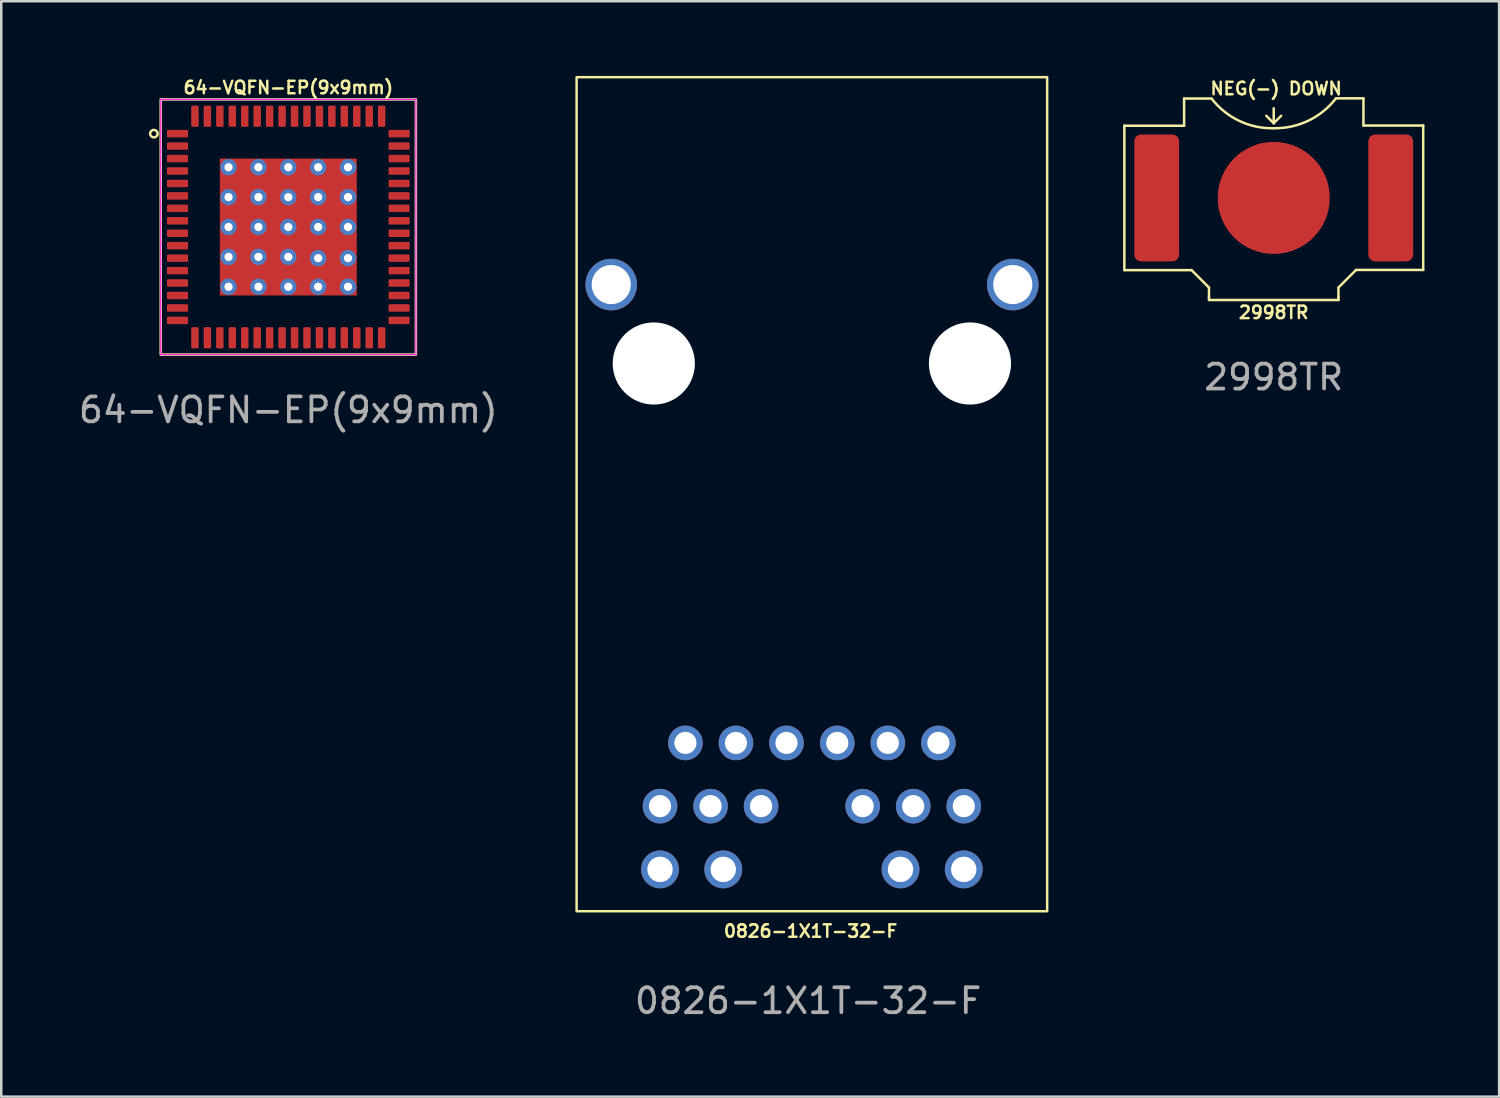
<source format=kicad_pcb>
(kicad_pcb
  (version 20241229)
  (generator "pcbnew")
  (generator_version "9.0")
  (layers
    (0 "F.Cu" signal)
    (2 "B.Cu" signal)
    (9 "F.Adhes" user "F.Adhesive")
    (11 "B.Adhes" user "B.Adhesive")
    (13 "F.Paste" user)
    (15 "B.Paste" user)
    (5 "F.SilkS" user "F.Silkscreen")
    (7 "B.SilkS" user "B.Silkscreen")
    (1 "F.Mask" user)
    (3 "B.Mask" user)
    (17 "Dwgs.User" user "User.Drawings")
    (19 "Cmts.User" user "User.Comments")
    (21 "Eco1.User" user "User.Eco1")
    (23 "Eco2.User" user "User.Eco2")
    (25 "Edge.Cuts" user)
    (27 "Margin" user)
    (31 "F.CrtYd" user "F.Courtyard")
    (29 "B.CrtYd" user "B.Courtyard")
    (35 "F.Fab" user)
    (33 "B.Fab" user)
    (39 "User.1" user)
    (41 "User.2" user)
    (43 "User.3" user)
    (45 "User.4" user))
  (footprint "2998TR"
    (layer "F.Cu")
    (at 48.11 4.9)
    (property "Reference" "2998TR" (at 0 4.6 0) (unlocked yes) (layer "F.SilkS") (effects (font (size 0.5 0.5) (thickness 0.1))))
    (attr smd)
    (fp_line (start -6 -2.9) (end -6 2.9) (stroke (width 0.1) (type default)) (layer "F.SilkS"))
    (fp_line (start -6 2.9) (end -3.3 2.9) (stroke (width 0.1) (type default)) (layer "F.SilkS"))
    (fp_line (start -3.6 -3.992) (end -3.6 -2.9) (stroke (width 0.1) (type default)) (layer "F.SilkS"))
    (fp_line (start -3.6 -2.9) (end -6 -2.9) (stroke (width 0.1) (type default)) (layer "F.SilkS"))
    (fp_line (start -3.3 2.9) (end -2.6 3.6) (stroke (width 0.1) (type default)) (layer "F.SilkS"))
    (fp_line (start -2.6 3.6) (end -2.6 4) (stroke (width 0.1) (type default)) (layer "F.SilkS"))
    (fp_line (start -2.6 4) (end -2.6 4.1) (stroke (width 0.1) (type default)) (layer "F.SilkS"))
    (fp_line (start -2.6 4.1) (end 2.6 4.1) (stroke (width 0.1) (type default)) (layer "F.SilkS"))
    (fp_line (start -2.496 -3.992) (end -3.6 -3.992) (stroke (width 0.1) (type default)) (layer "F.SilkS"))
    (fp_line (start 0 -3.6) (end 0 -3) (stroke (width 0.1) (type default)) (layer "F.SilkS"))
    (fp_line (start 0 -3) (end -0.3 -3.3) (stroke (width 0.1) (type default)) (layer "F.SilkS"))
    (fp_line (start 0 -3) (end 0.3 -3.3) (stroke (width 0.1) (type default)) (layer "F.SilkS"))
    (fp_line (start 2.5 -4) (end 3.604 -4) (stroke (width 0.1) (type default)) (layer "F.SilkS"))
    (fp_line (start 2.6 3.6) (end 2.6 4) (stroke (width 0.1) (type default)) (layer "F.SilkS"))
    (fp_line (start 2.6 4.1) (end 2.6 4) (stroke (width 0.1) (type default)) (layer "F.SilkS"))
    (fp_line (start 3.3 2.9) (end 2.6 3.6) (stroke (width 0.1) (type default)) (layer "F.SilkS"))
    (fp_line (start 3.604 -4) (end 3.604 -2.908) (stroke (width 0.1) (type default)) (layer "F.SilkS"))
    (fp_line (start 3.604 -2.908) (end 6.004 -2.908) (stroke (width 0.1) (type default)) (layer "F.SilkS"))
    (fp_line (start 6.004 -2.908) (end 6.004 2.892) (stroke (width 0.1) (type default)) (layer "F.SilkS"))
    (fp_line (start 6.004 2.892) (end 3.3 2.892) (stroke (width 0.1) (type default)) (layer "F.SilkS"))
    (fp_arc (start 0.024404 -2.800002) (mid -1.379572 -3.092258) (end -2.496226 -3.992062) (stroke (width 0.1) (type default)) (layer "F.SilkS"))
    (fp_arc (start 2.5 -4) (mid 1.403774 -3.107938) (end 0.024404 -2.800001) (stroke (width 0.1) (type default)) (layer "F.SilkS"))
    (fp_text user "NEG(-) DOWN" (at -2.6 -4.1 0) (unlocked yes) (layer "F.SilkS") (effects (font (size 0.5 0.5) (thickness 0.1)) (justify left bottom)))
    (fp_text user "${REFERENCE}" (at 0 7.2 0) (unlocked yes) (layer "F.Fab") (effects (font (size 1 1) (thickness 0.15))))
    (pad "1" smd roundrect (at -4.7 0) (size 1.8 5.1) (layers "F.Cu" "F.Mask" "F.Paste") (roundrect_rratio 0.15) (padstack (mode custom) (layer "B.Cu" (shape roundrect) (size 1.8 5.1) (roundrect_rratio 0.15))))
    (pad "1" smd roundrect (at 4.7 0) (size 1.8 5.1) (layers "F.Cu" "F.Mask" "F.Paste") (roundrect_rratio 0.15) (padstack (mode custom) (layer "B.Cu" (shape roundrect) (size 1.8 5.1) (roundrect_rratio 0.15))))
    (pad "2" smd circle (at 0 0) (size 4.5 4.5) (layers "F.Cu" "F.Mask") (padstack (mode custom) (layer "B.Cu" (shape roundrect) (size 1.8 5.1) (roundrect_rratio 0.15)))))
  (footprint "64-VQFN-EP(9x9mm)"
    (layer "F.Cu")
    (at 8.53 6.068)
    (property "Reference" "64-VQFN-EP(9x9mm)" (at 0 -5.6 0) (unlocked yes) (layer "F.SilkS") (effects (font (size 0.5 0.5) (thickness 0.1))))
    (attr smd)
    (fp_rect (start -5.125 -5.125) (end 5.125 5.125) (stroke (width 0.1) (type solid)) (fill no) (layer "F.SilkS"))
    (fp_circle (center -5.4 -3.75) (end -5.25 -3.75) (stroke (width 0.1) (type default)) (fill no) (layer "F.SilkS"))
    (fp_rect (start -5.125 -5.125) (end 5.125 5.125) (stroke (width 0.05) (type default)) (fill no) (layer "F.CrtYd"))
    (fp_text user "${REFERENCE}" (at 0 7.35 0) (unlocked yes) (layer "F.Fab") (effects (font (size 1 1) (thickness 0.15))))
    (pad "1" smd roundrect (at -4.45 -3.75) (size 0.85 0.3) (layers "F.Cu" "F.Mask" "F.Paste") (roundrect_rratio 0.15))
    (pad "2" smd roundrect (at -4.45 -3.25) (size 0.85 0.3) (layers "F.Cu" "F.Mask" "F.Paste") (roundrect_rratio 0.15))
    (pad "3" smd roundrect (at -4.45 -2.75) (size 0.85 0.3) (layers "F.Cu" "F.Mask" "F.Paste") (roundrect_rratio 0.15))
    (pad "4" smd roundrect (at -4.45 -2.25) (size 0.85 0.3) (layers "F.Cu" "F.Mask" "F.Paste") (roundrect_rratio 0.15))
    (pad "5" smd roundrect (at -4.45 -1.75) (size 0.85 0.3) (layers "F.Cu" "F.Mask" "F.Paste") (roundrect_rratio 0.15))
    (pad "6" smd roundrect (at -4.45 -1.25) (size 0.85 0.3) (layers "F.Cu" "F.Mask" "F.Paste") (roundrect_rratio 0.15))
    (pad "7" smd roundrect (at -4.45 -0.75) (size 0.85 0.3) (layers "F.Cu" "F.Mask" "F.Paste") (roundrect_rratio 0.15))
    (pad "8" smd roundrect (at -4.45 -0.25) (size 0.85 0.3) (layers "F.Cu" "F.Mask" "F.Paste") (roundrect_rratio 0.15))
    (pad "9" smd roundrect (at -4.45 0.25) (size 0.85 0.3) (layers "F.Cu" "F.Mask" "F.Paste") (roundrect_rratio 0.15))
    (pad "10" smd roundrect (at -4.45 0.75) (size 0.85 0.3) (layers "F.Cu" "F.Mask" "F.Paste") (roundrect_rratio 0.15))
    (pad "11" smd roundrect (at -4.45 1.25) (size 0.85 0.3) (layers "F.Cu" "F.Mask" "F.Paste") (roundrect_rratio 0.15))
    (pad "12" smd roundrect (at -4.45 1.75) (size 0.85 0.3) (layers "F.Cu" "F.Mask" "F.Paste") (roundrect_rratio 0.15))
    (pad "13" smd roundrect (at -4.45 2.25) (size 0.85 0.3) (layers "F.Cu" "F.Mask" "F.Paste") (roundrect_rratio 0.15))
    (pad "14" smd roundrect (at -4.45 2.75) (size 0.85 0.3) (layers "F.Cu" "F.Mask" "F.Paste") (roundrect_rratio 0.15))
    (pad "15" smd roundrect (at -4.45 3.25) (size 0.85 0.3) (layers "F.Cu" "F.Mask" "F.Paste") (roundrect_rratio 0.15))
    (pad "16" smd roundrect (at -4.45 3.75) (size 0.85 0.3) (layers "F.Cu" "F.Mask" "F.Paste") (roundrect_rratio 0.15))
    (pad "17" smd roundrect (at -3.75 4.45 90) (size 0.85 0.3) (layers "F.Cu" "F.Mask" "F.Paste") (roundrect_rratio 0.15))
    (pad "18" smd roundrect (at -3.25 4.45 90) (size 0.85 0.3) (layers "F.Cu" "F.Mask" "F.Paste") (roundrect_rratio 0.15))
    (pad "19" smd roundrect (at -2.75 4.45 90) (size 0.85 0.3) (layers "F.Cu" "F.Mask" "F.Paste") (roundrect_rratio 0.15))
    (pad "20" smd roundrect (at -2.25 4.45 90) (size 0.85 0.3) (layers "F.Cu" "F.Mask" "F.Paste") (roundrect_rratio 0.15))
    (pad "21" smd roundrect (at -1.75 4.45 90) (size 0.85 0.3) (layers "F.Cu" "F.Mask" "F.Paste") (roundrect_rratio 0.15))
    (pad "22" smd roundrect (at -1.25 4.45 90) (size 0.85 0.3) (layers "F.Cu" "F.Mask" "F.Paste") (roundrect_rratio 0.15))
    (pad "23" smd roundrect (at -0.75 4.45 90) (size 0.85 0.3) (layers "F.Cu" "F.Mask" "F.Paste") (roundrect_rratio 0.15))
    (pad "24" smd roundrect (at -0.25 4.45 90) (size 0.85 0.3) (layers "F.Cu" "F.Mask" "F.Paste") (roundrect_rratio 0.15))
    (pad "25" smd roundrect (at 0.25 4.45 90) (size 0.85 0.3) (layers "F.Cu" "F.Mask" "F.Paste") (roundrect_rratio 0.15))
    (pad "26" smd roundrect (at 0.75 4.45 90) (size 0.85 0.3) (layers "F.Cu" "F.Mask" "F.Paste") (roundrect_rratio 0.15))
    (pad "27" smd roundrect (at 1.25 4.45 90) (size 0.85 0.3) (layers "F.Cu" "F.Mask" "F.Paste") (roundrect_rratio 0.15))
    (pad "28" smd roundrect (at 1.75 4.45 90) (size 0.85 0.3) (layers "F.Cu" "F.Mask" "F.Paste") (roundrect_rratio 0.15))
    (pad "29" smd roundrect (at 2.25 4.45 90) (size 0.85 0.3) (layers "F.Cu" "F.Mask" "F.Paste") (roundrect_rratio 0.15))
    (pad "30" smd roundrect (at 2.75 4.45 90) (size 0.85 0.3) (layers "F.Cu" "F.Mask" "F.Paste") (roundrect_rratio 0.15))
    (pad "31" smd roundrect (at 3.25 4.45 90) (size 0.85 0.3) (layers "F.Cu" "F.Mask" "F.Paste") (roundrect_rratio 0.15))
    (pad "32" smd roundrect (at 3.75 4.45 90) (size 0.85 0.3) (layers "F.Cu" "F.Mask" "F.Paste") (roundrect_rratio 0.15))
    (pad "33" smd roundrect (at 4.45 3.75 180) (size 0.85 0.3) (layers "F.Cu" "F.Mask" "F.Paste") (roundrect_rratio 0.15))
    (pad "34" smd roundrect (at 4.45 3.25 180) (size 0.85 0.3) (layers "F.Cu" "F.Mask" "F.Paste") (roundrect_rratio 0.15))
    (pad "35" smd roundrect (at 4.45 2.75 180) (size 0.85 0.3) (layers "F.Cu" "F.Mask" "F.Paste") (roundrect_rratio 0.15))
    (pad "36" smd roundrect (at 4.45 2.25 180) (size 0.85 0.3) (layers "F.Cu" "F.Mask" "F.Paste") (roundrect_rratio 0.15))
    (pad "37" smd roundrect (at 4.45 1.75 180) (size 0.85 0.3) (layers "F.Cu" "F.Mask" "F.Paste") (roundrect_rratio 0.15))
    (pad "38" smd roundrect (at 4.45 1.25 180) (size 0.85 0.3) (layers "F.Cu" "F.Mask" "F.Paste") (roundrect_rratio 0.15))
    (pad "39" smd roundrect (at 4.45 0.75 180) (size 0.85 0.3) (layers "F.Cu" "F.Mask" "F.Paste") (roundrect_rratio 0.15))
    (pad "40" smd roundrect (at 4.45 0.25 180) (size 0.85 0.3) (layers "F.Cu" "F.Mask" "F.Paste") (roundrect_rratio 0.15))
    (pad "41" smd roundrect (at 4.45 -0.25 180) (size 0.85 0.3) (layers "F.Cu" "F.Mask" "F.Paste") (roundrect_rratio 0.15))
    (pad "42" smd roundrect (at 4.45 -0.75 180) (size 0.85 0.3) (layers "F.Cu" "F.Mask" "F.Paste") (roundrect_rratio 0.15))
    (pad "43" smd roundrect (at 4.45 -1.25 180) (size 0.85 0.3) (layers "F.Cu" "F.Mask" "F.Paste") (roundrect_rratio 0.15))
    (pad "44" smd roundrect (at 4.45 -1.75 180) (size 0.85 0.3) (layers "F.Cu" "F.Mask" "F.Paste") (roundrect_rratio 0.15))
    (pad "45" smd roundrect (at 4.45 -2.25 180) (size 0.85 0.3) (layers "F.Cu" "F.Mask" "F.Paste") (roundrect_rratio 0.15))
    (pad "46" smd roundrect (at 4.45 -2.75 180) (size 0.85 0.3) (layers "F.Cu" "F.Mask" "F.Paste") (roundrect_rratio 0.15))
    (pad "47" smd roundrect (at 4.45 -3.25 180) (size 0.85 0.3) (layers "F.Cu" "F.Mask" "F.Paste") (roundrect_rratio 0.15))
    (pad "48" smd roundrect (at 4.45 -3.75 180) (size 0.85 0.3) (layers "F.Cu" "F.Mask" "F.Paste") (roundrect_rratio 0.15))
    (pad "49" smd roundrect (at 3.75 -4.45 90) (size 0.85 0.3) (layers "F.Cu" "F.Mask" "F.Paste") (roundrect_rratio 0.15))
    (pad "50" smd roundrect (at 3.25 -4.45 90) (size 0.85 0.3) (layers "F.Cu" "F.Mask" "F.Paste") (roundrect_rratio 0.15))
    (pad "51" smd roundrect (at 2.75 -4.45 90) (size 0.85 0.3) (layers "F.Cu" "F.Mask" "F.Paste") (roundrect_rratio 0.15))
    (pad "52" smd roundrect (at 2.25 -4.45 90) (size 0.85 0.3) (layers "F.Cu" "F.Mask" "F.Paste") (roundrect_rratio 0.15))
    (pad "53" smd roundrect (at 1.75 -4.45 90) (size 0.85 0.3) (layers "F.Cu" "F.Mask" "F.Paste") (roundrect_rratio 0.15))
    (pad "54" smd roundrect (at 1.25 -4.45 90) (size 0.85 0.3) (layers "F.Cu" "F.Mask" "F.Paste") (roundrect_rratio 0.15))
    (pad "55" smd roundrect (at 0.75 -4.45 90) (size 0.85 0.3) (layers "F.Cu" "F.Mask" "F.Paste") (roundrect_rratio 0.15))
    (pad "56" smd roundrect (at 0.25 -4.45 90) (size 0.85 0.3) (layers "F.Cu" "F.Mask" "F.Paste") (roundrect_rratio 0.15))
    (pad "57" smd roundrect (at -0.25 -4.45 90) (size 0.85 0.3) (layers "F.Cu" "F.Mask" "F.Paste") (roundrect_rratio 0.15))
    (pad "58" smd roundrect (at -0.75 -4.45 90) (size 0.85 0.3) (layers "F.Cu" "F.Mask" "F.Paste") (roundrect_rratio 0.15))
    (pad "59" smd roundrect (at -1.25 -4.45 90) (size 0.85 0.3) (layers "F.Cu" "F.Mask" "F.Paste") (roundrect_rratio 0.15))
    (pad "60" smd roundrect (at -1.75 -4.45 90) (size 0.85 0.3) (layers "F.Cu" "F.Mask" "F.Paste") (roundrect_rratio 0.15))
    (pad "61" smd roundrect (at -2.25 -4.45 90) (size 0.85 0.3) (layers "F.Cu" "F.Mask" "F.Paste") (roundrect_rratio 0.15))
    (pad "62" smd roundrect (at -2.75 -4.45 90) (size 0.85 0.3) (layers "F.Cu" "F.Mask" "F.Paste") (roundrect_rratio 0.15))
    (pad "63" smd roundrect (at -3.25 -4.45 90) (size 0.85 0.3) (layers "F.Cu" "F.Mask" "F.Paste") (roundrect_rratio 0.15))
    (pad "64" smd roundrect (at -3.75 -4.45 90) (size 0.85 0.3) (layers "F.Cu" "F.Mask" "F.Paste") (roundrect_rratio 0.15))
    (pad "65" thru_hole circle (at -2.4 -2.4 90) (size 0.66 0.66) (drill 0.33) (layers "*.Cu"))
    (pad "65" thru_hole circle (at -2.4 -1.2 90) (size 0.66 0.66) (drill 0.33) (layers "*.Cu"))
    (pad "65" thru_hole circle (at -2.4 0 90) (size 0.66 0.66) (drill 0.33) (layers "*.Cu"))
    (pad "65" thru_hole circle (at -2.4 1.2 90) (size 0.66 0.66) (drill 0.33) (layers "*.Cu"))
    (pad "65" thru_hole circle (at -2.4 2.4 90) (size 0.66 0.66) (drill 0.33) (layers "*.Cu"))
    (pad "65" thru_hole circle (at -1.2 -2.4 90) (size 0.66 0.66) (drill 0.33) (layers "*.Cu"))
    (pad "65" thru_hole circle (at -1.2 -1.2 90) (size 0.66 0.66) (drill 0.33) (layers "*.Cu"))
    (pad "65" thru_hole circle (at -1.2 0 90) (size 0.66 0.66) (drill 0.33) (layers "*.Cu"))
    (pad "65" thru_hole circle (at -1.2 1.2 90) (size 0.66 0.66) (drill 0.33) (layers "*.Cu"))
    (pad "65" thru_hole circle (at -1.2 2.4 90) (size 0.66 0.66) (drill 0.33) (layers "*.Cu"))
    (pad "65" thru_hole circle (at 0 -2.4 90) (size 0.66 0.66) (drill 0.33) (layers "*.Cu"))
    (pad "65" thru_hole circle (at 0 -1.2 90) (size 0.66 0.66) (drill 0.33) (layers "*.Cu"))
    (pad "65" thru_hole circle (at 0 0 90) (size 0.66 0.66) (drill 0.33) (layers "*.Cu"))
    (pad "65" smd rect (at 0 0 90) (size 5.5 5.5) (layers "F.Cu" "F.Mask" "F.Paste"))
    (pad "65" thru_hole circle (at 0 1.2 90) (size 0.66 0.66) (drill 0.33) (layers "*.Cu"))
    (pad "65" thru_hole circle (at 0 2.4 90) (size 0.66 0.66) (drill 0.33) (layers "*.Cu"))
    (pad "65" thru_hole circle (at 1.2 -2.4 270) (size 0.66 0.66) (drill 0.33) (layers "*.Cu"))
    (pad "65" thru_hole circle (at 1.2 -1.2 270) (size 0.66 0.66) (drill 0.33) (layers "*.Cu"))
    (pad "65" thru_hole circle (at 1.2 0 270) (size 0.66 0.66) (drill 0.33) (layers "*.Cu"))
    (pad "65" thru_hole circle (at 1.2 1.25 270) (size 0.66 0.66) (drill 0.33) (layers "*.Cu"))
    (pad "65" thru_hole circle (at 1.2 2.4 270) (size 0.66 0.66) (drill 0.33) (layers "*.Cu"))
    (pad "65" thru_hole circle (at 2.4 -2.4 270) (size 0.66 0.66) (drill 0.33) (layers "*.Cu"))
    (pad "65" thru_hole circle (at 2.4 -1.2 270) (size 0.66 0.66) (drill 0.33) (layers "*.Cu"))
    (pad "65" thru_hole circle (at 2.4 0 270) (size 0.66 0.66) (drill 0.33) (layers "*.Cu"))
    (pad "65" thru_hole circle (at 2.4 1.25 270) (size 0.66 0.66) (drill 0.33) (layers "*.Cu"))
    (pad "65" thru_hole circle (at 2.4 2.4 270) (size 0.66 0.66) (drill 0.33) (layers "*.Cu")))
  (footprint "0826-1X1T-32-F"
    (layer "F.Cu")
    (at 29.56 16.8)
    (property "Reference" "0826-1X1T-32-F" (at -0.05 17.55 0) (unlocked yes) (layer "F.SilkS") (effects (font (size 0.5 0.5) (thickness 0.1))))
    (attr smd)
    (fp_rect (start -9.45 -16.75) (end 9.45 16.75) (stroke (width 0.1) (type default)) (fill no) (layer "F.SilkS"))
    (fp_text user "${REFERENCE}" (at -0.15 20.35 0) (unlocked yes) (layer "F.Fab") (effects (font (size 1 1) (thickness 0.15))))
    (pad "" np_thru_hole circle (at -6.35 -5.25) (size 3.3 3.3) (drill 3.3) (layers "*.Cu" "F.Mask"))
    (pad "" np_thru_hole circle (at 6.35 -5.25) (size 3.3 3.3) (drill 3.3) (layers "*.Cu" "F.Mask"))
    (pad "1" thru_hole circle (at -5.08 9.99) (size 1.39 1.39) (drill 0.89) (layers "*.Cu" "*.Mask"))
    (pad "2" thru_hole circle (at -3.05 9.99) (size 1.39 1.39) (drill 0.89) (layers "*.Cu" "*.Mask"))
    (pad "3" thru_hole circle (at -1.02 9.99) (size 1.39 1.39) (drill 0.89) (layers "*.Cu" "*.Mask"))
    (pad "4" thru_hole circle (at 1.02 9.99) (size 1.39 1.39) (drill 0.89) (layers "*.Cu" "*.Mask"))
    (pad "5" thru_hole circle (at 3.05 9.99) (size 1.39 1.39) (drill 0.89) (layers "*.Cu" "*.Mask"))
    (pad "6" thru_hole circle (at 5.08 9.99) (size 1.39 1.39) (drill 0.89) (layers "*.Cu" "*.Mask"))
    (pad "7" thru_hole circle (at -6.1 12.53) (size 1.39 1.39) (drill 0.89) (layers "*.Cu" "*.Mask"))
    (pad "8" thru_hole circle (at -4.07 12.53) (size 1.39 1.39) (drill 0.89) (layers "*.Cu" "*.Mask"))
    (pad "9" thru_hole circle (at -2.04 12.53) (size 1.39 1.39) (drill 0.89) (layers "*.Cu" "*.Mask"))
    (pad "10" thru_hole circle (at 2.04 12.53) (size 1.39 1.39) (drill 0.89) (layers "*.Cu" "*.Mask"))
    (pad "11" thru_hole circle (at 4.07 12.53) (size 1.39 1.39) (drill 0.89) (layers "*.Cu" "*.Mask"))
    (pad "12" thru_hole circle (at 6.1 12.53) (size 1.39 1.39) (drill 0.89) (layers "*.Cu" "*.Mask"))
    (pad "13" thru_hole circle (at -6.1 15.07) (size 1.52 1.52) (drill 1.02) (layers "*.Cu" "*.Mask"))
    (pad "14" thru_hole circle (at -3.56 15.07) (size 1.52 1.52) (drill 1.02) (layers "*.Cu" "*.Mask"))
    (pad "15" thru_hole circle (at 3.56 15.07) (size 1.52 1.52) (drill 1.02) (layers "*.Cu" "*.Mask"))
    (pad "16" thru_hole circle (at 6.1 15.07) (size 1.52 1.52) (drill 1.02) (layers "*.Cu" "*.Mask"))
    (pad "17" thru_hole circle (at -8.06 -8.42) (size 2.07 2.07) (drill 1.57) (layers "*.Cu" "*.Mask"))
    (pad "18" thru_hole circle (at 8.07 -8.42) (size 2.07 2.07) (drill 1.57) (layers "*.Cu" "*.Mask"))
    (zone (net_name "") (layer "F.Cu") (hatch edge 0.5) (connect_pads) (min_thickness 0.25) (filled_areas_thickness no) (keepout (tracks allowed) (vias not_allowed) (pads not_allowed) (copperpour allowed) (footprints allowed)) (placement (enabled no)) (fill) (polygon (pts (xy 20.16 31.87) (xy 22.56 31.87) (xy 22.56 25.8) (xy 20.16 25.8))))
    (zone (net_name "") (layer "F.Cu") (hatch edge 0.5) (connect_pads) (min_thickness 0.25) (filled_areas_thickness no) (keepout (tracks allowed) (vias not_allowed) (pads not_allowed) (copperpour allowed) (footprints allowed)) (placement (enabled no)) (fill) (polygon (pts (xy 36.56 31.87) (xy 38.96 31.87) (xy 38.96 25.8) (xy 36.56 25.8))))
    (zone (net_name "") (layer "F.Cu") (hatch edge 0.5) (connect_pads) (min_thickness 0.25) (filled_areas_thickness no) (keepout (tracks allowed) (vias not_allowed) (pads not_allowed) (copperpour allowed) (footprints allowed)) (placement (enabled no)) (fill) (polygon (pts (xy 20.16 0.1) (xy 20.16 7) (xy 23.06 7) (xy 23.06 3.1) (xy 36.06 3.1) (xy 36.06 7) (xy 38.96 7) (xy 38.96 0.1)))))
  (gr_rect
    (start -3 -3)
    (end 57.163 40.998)
    (stroke (width 0.1) (type default))
    (fill no)
    (layer "Edge.Cuts")))
</source>
